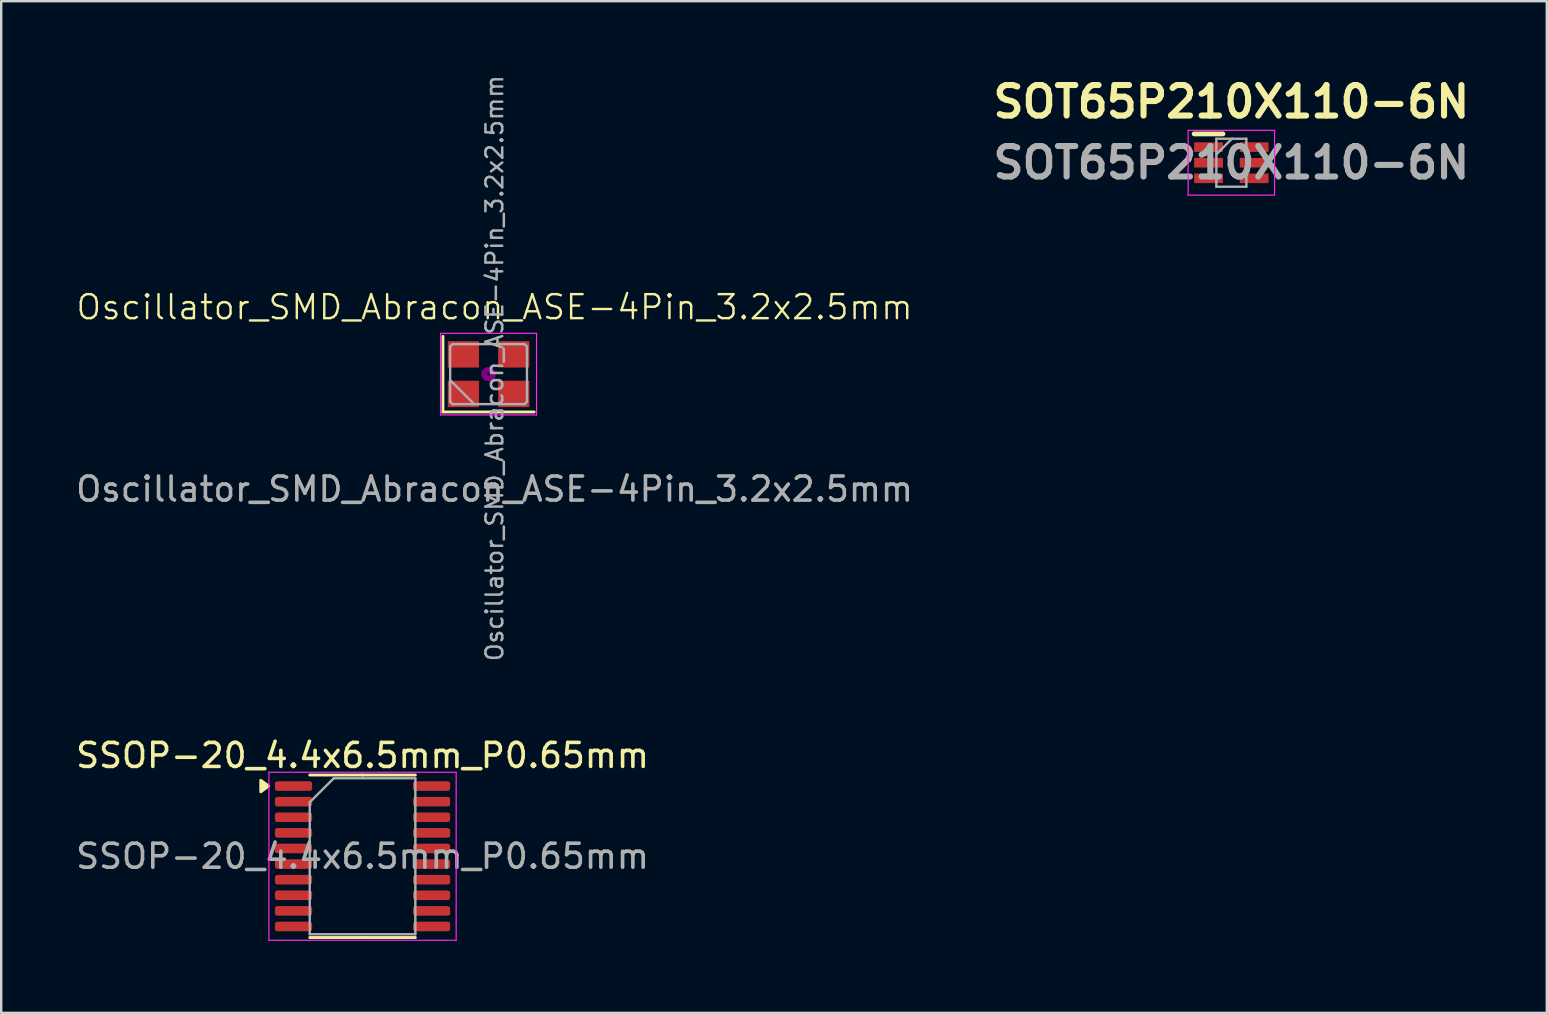
<source format=kicad_pcb>
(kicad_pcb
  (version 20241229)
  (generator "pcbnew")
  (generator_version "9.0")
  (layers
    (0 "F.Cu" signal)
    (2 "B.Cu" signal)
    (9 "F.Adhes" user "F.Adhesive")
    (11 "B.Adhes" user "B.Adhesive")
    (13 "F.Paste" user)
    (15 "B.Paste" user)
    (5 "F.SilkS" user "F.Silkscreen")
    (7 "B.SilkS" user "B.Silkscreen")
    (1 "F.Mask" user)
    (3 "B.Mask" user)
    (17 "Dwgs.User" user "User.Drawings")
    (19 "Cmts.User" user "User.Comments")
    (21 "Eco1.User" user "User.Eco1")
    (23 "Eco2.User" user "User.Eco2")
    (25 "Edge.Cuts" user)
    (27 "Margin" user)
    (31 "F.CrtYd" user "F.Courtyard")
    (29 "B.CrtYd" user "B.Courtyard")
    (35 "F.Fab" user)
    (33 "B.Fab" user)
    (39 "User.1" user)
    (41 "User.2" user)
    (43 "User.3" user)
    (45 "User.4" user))
  (footprint "SSOP-20_4.4x6.5mm_P0.65mm"
    (layer "F.Cu")
    (at 12.054 32.623)
    (property "Reference" "SSOP-20_4.4x6.5mm_P0.65mm" (at 0 -4.2 0) (layer "F.SilkS") (effects (font (size 1 1) (thickness 0.15))))
    (attr smd)
    (fp_line (start 0 -3.385) (end -2.2 -3.385) (stroke (width 0.12) (type solid)) (layer "F.SilkS"))
    (fp_line (start 0 -3.385) (end 2.2 -3.385) (stroke (width 0.12) (type solid)) (layer "F.SilkS"))
    (fp_line (start 0 3.385) (end -2.2 3.385) (stroke (width 0.12) (type solid)) (layer "F.SilkS"))
    (fp_line (start 0 3.385) (end 2.2 3.385) (stroke (width 0.12) (type solid)) (layer "F.SilkS"))
    (fp_poly (pts (xy -3.91 -2.925) (xy -4.24 -3.165) (xy -4.24 -2.685) (xy -3.91 -2.925)) (stroke (width 0.12) (type solid)) (fill yes) (layer "F.SilkS"))
    (fp_line (start -3.9 -3.5) (end -3.9 3.5) (stroke (width 0.05) (type solid)) (layer "F.CrtYd"))
    (fp_line (start -3.9 3.5) (end 3.9 3.5) (stroke (width 0.05) (type solid)) (layer "F.CrtYd"))
    (fp_line (start 3.9 -3.5) (end -3.9 -3.5) (stroke (width 0.05) (type solid)) (layer "F.CrtYd"))
    (fp_line (start 3.9 3.5) (end 3.9 -3.5) (stroke (width 0.05) (type solid)) (layer "F.CrtYd"))
    (fp_line (start -2.2 -2.25) (end -1.2 -3.25) (stroke (width 0.1) (type solid)) (layer "F.Fab"))
    (fp_line (start -2.2 3.25) (end -2.2 -2.25) (stroke (width 0.1) (type solid)) (layer "F.Fab"))
    (fp_line (start -1.2 -3.25) (end 2.2 -3.25) (stroke (width 0.1) (type solid)) (layer "F.Fab"))
    (fp_line (start 2.2 -3.25) (end 2.2 3.25) (stroke (width 0.1) (type solid)) (layer "F.Fab"))
    (fp_line (start 2.2 3.25) (end -2.2 3.25) (stroke (width 0.1) (type solid)) (layer "F.Fab"))
    (fp_text user "${REFERENCE}" (at 0 0 0) (layer "F.Fab") (effects (font (size 1 1) (thickness 0.15))))
    (pad "1" smd roundrect (at -2.875 -2.925) (size 1.55 0.4) (layers "F.Cu" "F.Mask" "F.Paste") (roundrect_rratio 0.25))
    (pad "2" smd roundrect (at -2.875 -2.275) (size 1.55 0.4) (layers "F.Cu" "F.Mask" "F.Paste") (roundrect_rratio 0.25))
    (pad "3" smd roundrect (at -2.875 -1.625) (size 1.55 0.4) (layers "F.Cu" "F.Mask" "F.Paste") (roundrect_rratio 0.25))
    (pad "4" smd roundrect (at -2.875 -0.975) (size 1.55 0.4) (layers "F.Cu" "F.Mask" "F.Paste") (roundrect_rratio 0.25))
    (pad "5" smd roundrect (at -2.875 -0.325) (size 1.55 0.4) (layers "F.Cu" "F.Mask" "F.Paste") (roundrect_rratio 0.25))
    (pad "6" smd roundrect (at -2.875 0.325) (size 1.55 0.4) (layers "F.Cu" "F.Mask" "F.Paste") (roundrect_rratio 0.25))
    (pad "7" smd roundrect (at -2.875 0.975) (size 1.55 0.4) (layers "F.Cu" "F.Mask" "F.Paste") (roundrect_rratio 0.25))
    (pad "8" smd roundrect (at -2.875 1.625) (size 1.55 0.4) (layers "F.Cu" "F.Mask" "F.Paste") (roundrect_rratio 0.25))
    (pad "9" smd roundrect (at -2.875 2.275) (size 1.55 0.4) (layers "F.Cu" "F.Mask" "F.Paste") (roundrect_rratio 0.25))
    (pad "10" smd roundrect (at -2.875 2.925) (size 1.55 0.4) (layers "F.Cu" "F.Mask" "F.Paste") (roundrect_rratio 0.25))
    (pad "11" smd roundrect (at 2.875 2.925) (size 1.55 0.4) (layers "F.Cu" "F.Mask" "F.Paste") (roundrect_rratio 0.25))
    (pad "12" smd roundrect (at 2.875 2.275) (size 1.55 0.4) (layers "F.Cu" "F.Mask" "F.Paste") (roundrect_rratio 0.25))
    (pad "13" smd roundrect (at 2.875 1.625) (size 1.55 0.4) (layers "F.Cu" "F.Mask" "F.Paste") (roundrect_rratio 0.25))
    (pad "14" smd roundrect (at 2.875 0.975) (size 1.55 0.4) (layers "F.Cu" "F.Mask" "F.Paste") (roundrect_rratio 0.25))
    (pad "15" smd roundrect (at 2.875 0.325) (size 1.55 0.4) (layers "F.Cu" "F.Mask" "F.Paste") (roundrect_rratio 0.25))
    (pad "16" smd roundrect (at 2.875 -0.325) (size 1.55 0.4) (layers "F.Cu" "F.Mask" "F.Paste") (roundrect_rratio 0.25))
    (pad "17" smd roundrect (at 2.875 -0.975) (size 1.55 0.4) (layers "F.Cu" "F.Mask" "F.Paste") (roundrect_rratio 0.25))
    (pad "18" smd roundrect (at 2.875 -1.625) (size 1.55 0.4) (layers "F.Cu" "F.Mask" "F.Paste") (roundrect_rratio 0.25))
    (pad "19" smd roundrect (at 2.875 -2.275) (size 1.55 0.4) (layers "F.Cu" "F.Mask" "F.Paste") (roundrect_rratio 0.25))
    (pad "20" smd roundrect (at 2.875 -2.925) (size 1.55 0.4) (layers "F.Cu" "F.Mask" "F.Paste") (roundrect_rratio 0.25)))
  (footprint "SOT65P210X110-6N"
    (layer "F.Cu")
    (at 48.249 3.729)
    (property "Reference" "SOT65P210X110-6N" (at 0 -2.54 0) (layer "F.SilkS") (effects (font (size 1.27 1.27) (thickness 0.254))))
    (attr smd)
    (fp_line (start -1.55 -1.2) (end -0.35 -1.2) (stroke (width 0.2) (type solid)) (layer "F.SilkS"))
    (fp_line (start -1.8 -1.35) (end 1.8 -1.35) (stroke (width 0.05) (type solid)) (layer "F.CrtYd"))
    (fp_line (start -1.8 1.35) (end -1.8 -1.35) (stroke (width 0.05) (type solid)) (layer "F.CrtYd"))
    (fp_line (start 1.8 -1.35) (end 1.8 1.35) (stroke (width 0.05) (type solid)) (layer "F.CrtYd"))
    (fp_line (start 1.8 1.35) (end -1.8 1.35) (stroke (width 0.05) (type solid)) (layer "F.CrtYd"))
    (fp_line (start -0.625 -1) (end 0.625 -1) (stroke (width 0.1) (type solid)) (layer "F.Fab"))
    (fp_line (start -0.625 -0.35) (end 0.025 -1) (stroke (width 0.1) (type solid)) (layer "F.Fab"))
    (fp_line (start -0.625 1) (end -0.625 -1) (stroke (width 0.1) (type solid)) (layer "F.Fab"))
    (fp_line (start 0.625 -1) (end 0.625 1) (stroke (width 0.1) (type solid)) (layer "F.Fab"))
    (fp_line (start 0.625 1) (end -0.625 1) (stroke (width 0.1) (type solid)) (layer "F.Fab"))
    (fp_text user "${REFERENCE}" (at 0 0 0) (layer "F.Fab") (effects (font (size 1.27 1.27) (thickness 0.254))))
    (pad "1" smd rect (at -0.95 -0.65 90) (size 0.4 1.2) (layers "F.Cu" "F.Mask" "F.Paste"))
    (pad "2" smd rect (at -0.95 0 90) (size 0.4 1.2) (layers "F.Cu" "F.Mask" "F.Paste"))
    (pad "3" smd rect (at -0.95 0.65 90) (size 0.4 1.2) (layers "F.Cu" "F.Mask" "F.Paste"))
    (pad "4" smd rect (at 0.95 0.65 90) (size 0.4 1.2) (layers "F.Cu" "F.Mask" "F.Paste"))
    (pad "5" smd rect (at 0.95 0 90) (size 0.4 1.2) (layers "F.Cu" "F.Mask" "F.Paste"))
    (pad "6" smd rect (at 0.95 -0.65 90) (size 0.4 1.2) (layers "F.Cu" "F.Mask" "F.Paste")))
  (footprint "Oscillator_SMD_Abracon_ASE-4Pin_3.2x2.5mm"
    (layer "F.Cu")
    (at 17.554 14.827)
    (property "Reference" "Oscillator_SMD_Abracon_ASE-4Pin_3.2x2.5mm" (at 0 -5.08 0) (unlocked yes) (layer "F.SilkS") (effects (font (size 1 1) (thickness 0.1))))
    (attr smd)
    (fp_line (start -2.15 -3.865) (end -2.15 -0.715) (stroke (width 0.12) (type solid)) (layer "F.SilkS"))
    (fp_line (start -2.15 -0.715) (end 1.65 -0.715) (stroke (width 0.12) (type solid)) (layer "F.SilkS"))
    (fp_circle (center -0.25 -2.29) (end -0.192 -2.29) (stroke (width 0.117) (type solid)) (fill no) (layer "F.Adhes"))
    (fp_circle (center -0.25 -2.29) (end -0.117 -2.29) (stroke (width 0.083) (type solid)) (fill no) (layer "F.Adhes"))
    (fp_circle (center -0.25 -2.29) (end -0.042 -2.29) (stroke (width 0.083) (type solid)) (fill no) (layer "F.Adhes"))
    (fp_circle (center -0.25 -2.29) (end 0 -2.29) (stroke (width 0.1) (type solid)) (fill no) (layer "F.Adhes"))
    (fp_line (start -2.25 -3.99) (end -2.25 -0.59) (stroke (width 0.05) (type solid)) (layer "F.CrtYd"))
    (fp_line (start -2.25 -0.59) (end 1.75 -0.59) (stroke (width 0.05) (type solid)) (layer "F.CrtYd"))
    (fp_line (start 1.75 -3.99) (end -2.25 -3.99) (stroke (width 0.05) (type solid)) (layer "F.CrtYd"))
    (fp_line (start 1.75 -0.59) (end 1.75 -3.99) (stroke (width 0.05) (type solid)) (layer "F.CrtYd"))
    (fp_line (start -1.85 -3.44) (end -1.75 -3.54) (stroke (width 0.1) (type solid)) (layer "F.Fab"))
    (fp_line (start -1.85 -2.04) (end -0.85 -1.04) (stroke (width 0.1) (type solid)) (layer "F.Fab"))
    (fp_line (start -1.85 -1.14) (end -1.85 -3.44) (stroke (width 0.1) (type solid)) (layer "F.Fab"))
    (fp_line (start -1.75 -3.54) (end 1.25 -3.54) (stroke (width 0.1) (type solid)) (layer "F.Fab"))
    (fp_line (start -1.75 -1.04) (end -1.85 -1.14) (stroke (width 0.1) (type solid)) (layer "F.Fab"))
    (fp_line (start 1.25 -3.54) (end 1.35 -3.44) (stroke (width 0.1) (type solid)) (layer "F.Fab"))
    (fp_line (start 1.25 -1.04) (end -1.75 -1.04) (stroke (width 0.1) (type solid)) (layer "F.Fab"))
    (fp_line (start 1.35 -3.44) (end 1.35 -1.14) (stroke (width 0.1) (type solid)) (layer "F.Fab"))
    (fp_line (start 1.35 -1.14) (end 1.25 -1.04) (stroke (width 0.1) (type solid)) (layer "F.Fab"))
    (fp_text user "${REFERENCE}" (at 0 2.5 0) (unlocked yes) (layer "F.Fab") (effects (font (size 1 1) (thickness 0.15))))
    (fp_text user "${REFERENCE}" (at 0 -2.54 90) (layer "F.Fab") (effects (font (size 0.7 0.7) (thickness 0.105))))
    (pad "1" smd rect (at -1.3 -1.465) (size 1.3 1.1) (layers "F.Cu" "F.Mask" "F.Paste"))
    (pad "2" smd rect (at 0.8 -1.465) (size 1.3 1.1) (layers "F.Cu" "F.Mask" "F.Paste"))
    (pad "3" smd rect (at 0.8 -3.115) (size 1.3 1.1) (layers "F.Cu" "F.Mask" "F.Paste"))
    (pad "4" smd rect (at -1.3 -3.115) (size 1.3 1.1) (layers "F.Cu" "F.Mask" "F.Paste")))
  (gr_rect
    (start -3 -3)
    (end 61.391 39.148)
    (stroke (width 0.1) (type default))
    (fill no)
    (layer "Edge.Cuts")))
</source>
